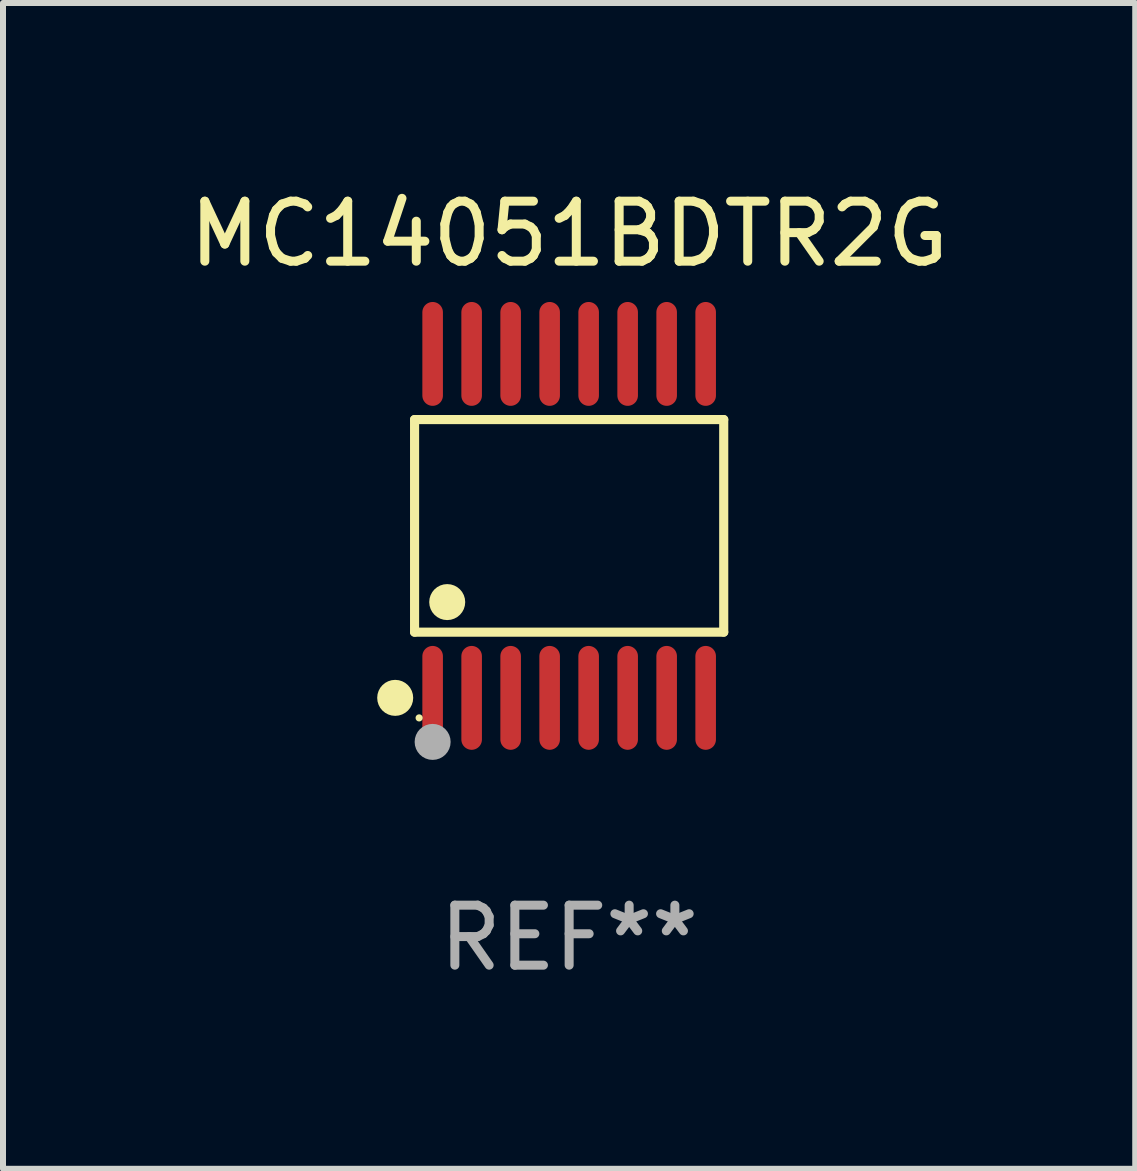
<source format=kicad_pcb>
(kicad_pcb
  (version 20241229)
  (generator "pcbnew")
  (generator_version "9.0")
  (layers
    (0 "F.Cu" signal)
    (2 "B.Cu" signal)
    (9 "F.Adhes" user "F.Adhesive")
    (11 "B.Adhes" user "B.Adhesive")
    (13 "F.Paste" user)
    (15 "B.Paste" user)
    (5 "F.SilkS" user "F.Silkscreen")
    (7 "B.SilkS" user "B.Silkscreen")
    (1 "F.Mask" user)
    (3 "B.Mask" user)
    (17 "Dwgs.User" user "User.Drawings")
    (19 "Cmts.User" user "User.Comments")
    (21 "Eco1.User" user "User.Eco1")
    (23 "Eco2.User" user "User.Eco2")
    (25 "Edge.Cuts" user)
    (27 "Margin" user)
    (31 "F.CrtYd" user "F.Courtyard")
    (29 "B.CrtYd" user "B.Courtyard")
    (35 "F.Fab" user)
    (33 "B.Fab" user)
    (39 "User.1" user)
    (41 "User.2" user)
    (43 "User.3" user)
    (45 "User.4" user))
  (footprint "MC14051BDTR2G"
    (layer "F.Cu")
    (at 6.435 5.714)
    (property "Reference" "MC14051BDTR2G" (at 0 -4.866 0) (layer "F.SilkS") (effects (font (size 1 1) (thickness 0.15))))
    (attr through_hole)
    (fp_line (start -2.576 -1.772) (end 2.576 -1.772) (stroke (width 0.152) (type solid)) (layer "F.SilkS"))
    (fp_line (start -2.576 1.771) (end -2.576 -1.772) (stroke (width 0.152) (type solid)) (layer "F.SilkS"))
    (fp_line (start 2.576 -1.772) (end 2.576 1.771) (stroke (width 0.152) (type solid)) (layer "F.SilkS"))
    (fp_line (start 2.576 1.771) (end -2.576 1.771) (stroke (width 0.152) (type solid)) (layer "F.SilkS"))
    (fp_circle (center -2.899 2.866) (end -2.749 2.866) (stroke (width 0.3) (type solid)) (fill no) (layer "F.SilkS"))
    (fp_circle (center -2.5 3.2) (end -2.47 3.2) (stroke (width 0.06) (type solid)) (fill no) (layer "F.SilkS"))
    (fp_circle (center -2.032 1.27) (end -1.882 1.27) (stroke (width 0.3) (type solid)) (fill no) (layer "F.SilkS"))
    (fp_circle (center -2.275 3.6) (end -2.125 3.6) (stroke (width 0.3) (type solid)) (fill no) (layer "F.Fab"))
    (fp_text user "REF**" (at 0 6.866 0) (layer "F.Fab") (effects (font (size 1 1) (thickness 0.15))))
    (pad "1" smd oval (at -2.275 2.866) (size 0.343 1.731) (layers "F.Cu" "F.Mask" "F.Paste"))
    (pad "2" smd oval (at -1.625 2.866) (size 0.343 1.731) (layers "F.Cu" "F.Mask" "F.Paste"))
    (pad "3" smd oval (at -0.975 2.866) (size 0.343 1.731) (layers "F.Cu" "F.Mask" "F.Paste"))
    (pad "4" smd oval (at -0.325 2.866) (size 0.343 1.731) (layers "F.Cu" "F.Mask" "F.Paste"))
    (pad "5" smd oval (at 0.325 2.866) (size 0.343 1.731) (layers "F.Cu" "F.Mask" "F.Paste"))
    (pad "6" smd oval (at 0.975 2.866) (size 0.343 1.731) (layers "F.Cu" "F.Mask" "F.Paste"))
    (pad "7" smd oval (at 1.625 2.866) (size 0.343 1.731) (layers "F.Cu" "F.Mask" "F.Paste"))
    (pad "8" smd oval (at 2.275 2.866) (size 0.343 1.731) (layers "F.Cu" "F.Mask" "F.Paste"))
    (pad "9" smd oval (at 2.275 -2.866) (size 0.343 1.731) (layers "F.Cu" "F.Mask" "F.Paste"))
    (pad "10" smd oval (at 1.625 -2.866) (size 0.343 1.731) (layers "F.Cu" "F.Mask" "F.Paste"))
    (pad "11" smd oval (at 0.975 -2.866) (size 0.343 1.731) (layers "F.Cu" "F.Mask" "F.Paste"))
    (pad "12" smd oval (at 0.325 -2.866) (size 0.343 1.731) (layers "F.Cu" "F.Mask" "F.Paste"))
    (pad "13" smd oval (at -0.325 -2.866) (size 0.343 1.731) (layers "F.Cu" "F.Mask" "F.Paste"))
    (pad "14" smd oval (at -0.975 -2.866) (size 0.343 1.731) (layers "F.Cu" "F.Mask" "F.Paste"))
    (pad "15" smd oval (at -1.625 -2.866) (size 0.343 1.731) (layers "F.Cu" "F.Mask" "F.Paste"))
    (pad "16" smd oval (at -2.275 -2.866) (size 0.343 1.731) (layers "F.Cu" "F.Mask" "F.Paste")))
  (gr_rect
    (start -3 -3)
    (end 15.869 16.428)
    (stroke (width 0.1) (type default))
    (fill no)
    (layer "Edge.Cuts")))
</source>
